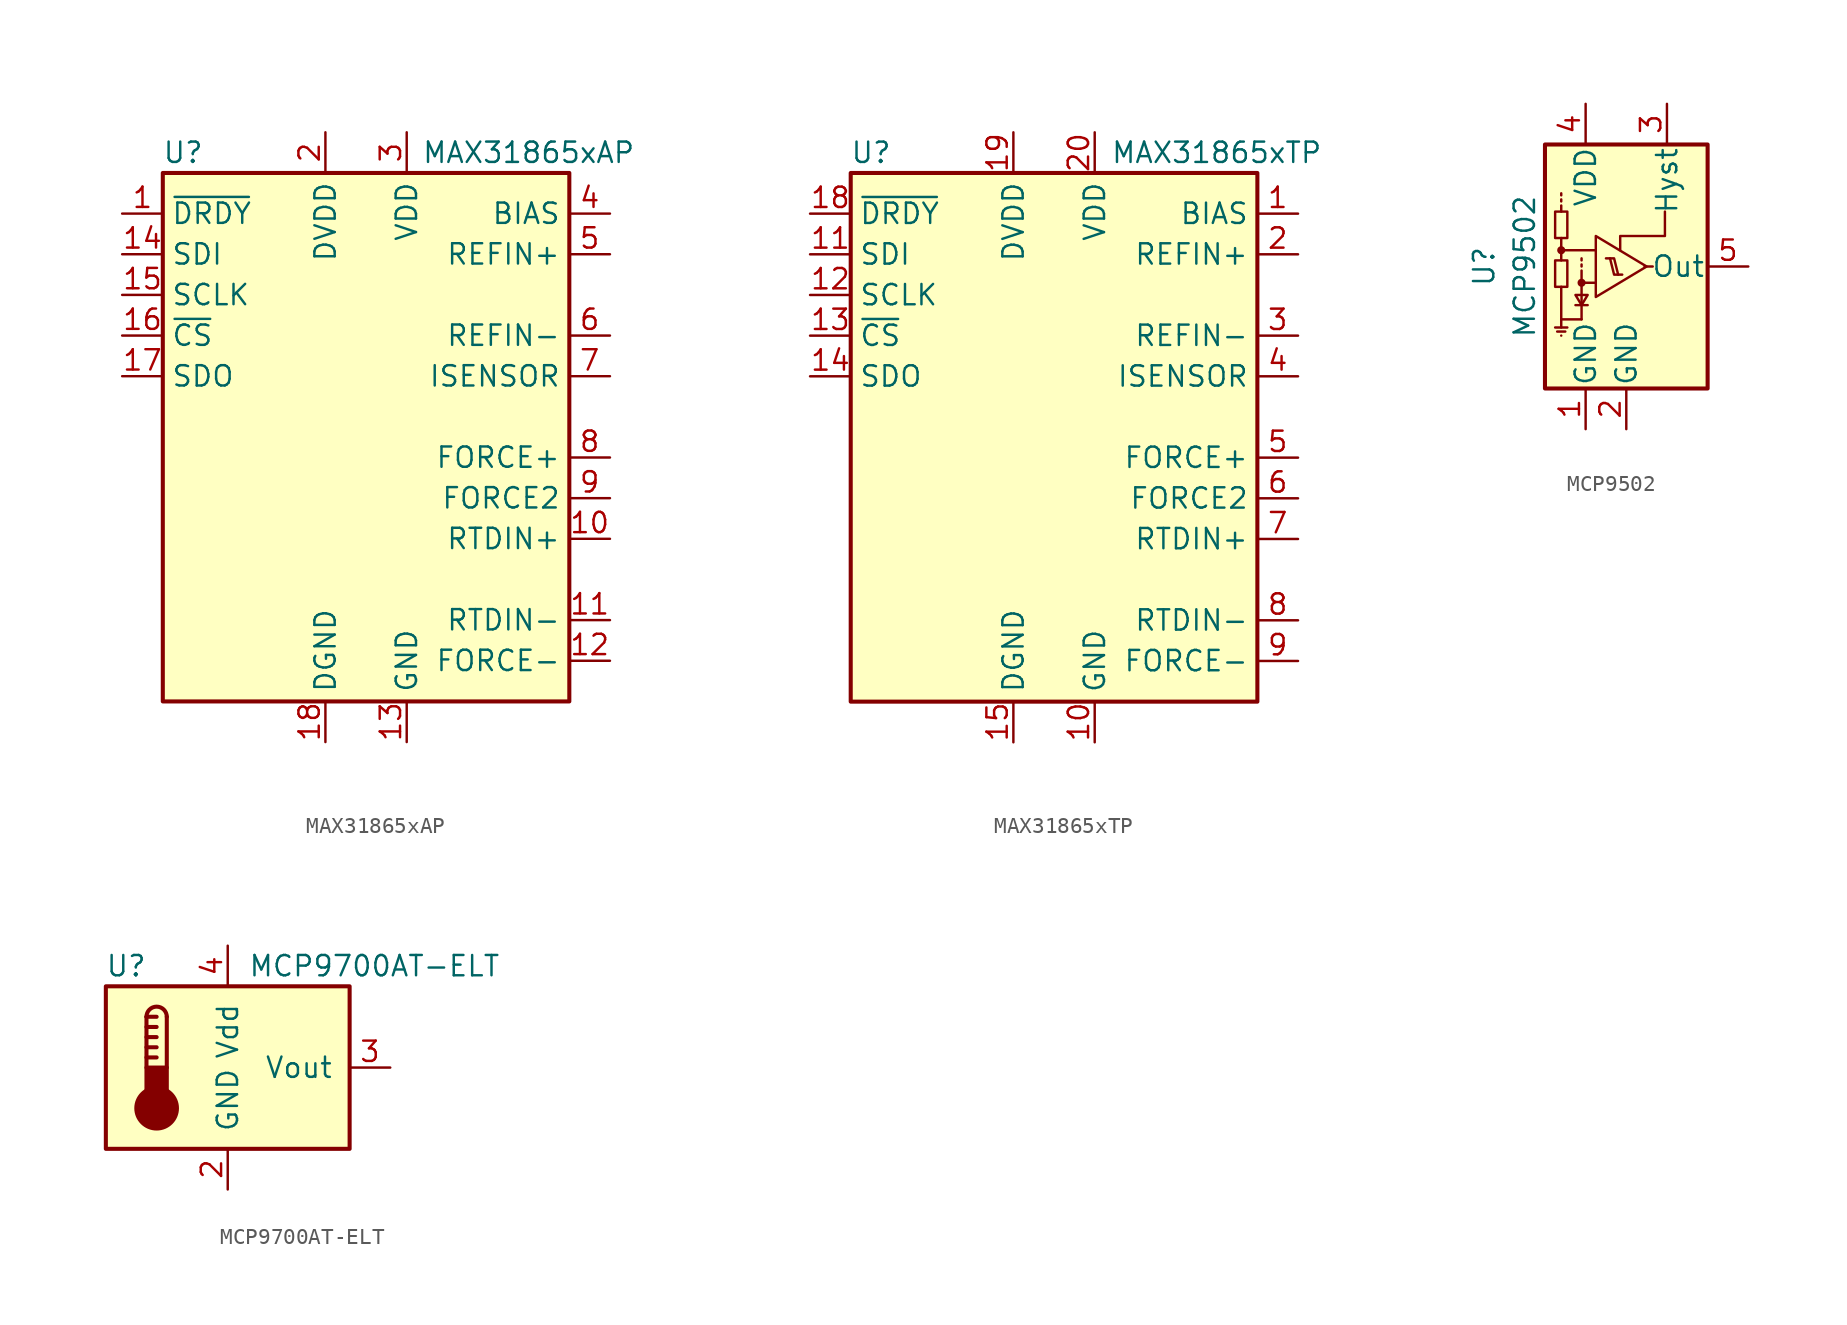
<source format=kicad_sym>
(kicad_symbol_lib
  (version 20201005)
  (generator kicad_symbol_editor)
  (symbol "MAX31865xAP"
    (property "Reference" "U"
      (at -11.43 19.05 0)
      (effects (font (size 1.27 1.27))))
    (property "Value" "MAX31865xAP"
      (at 10.16 19.05 0)
      (effects (font (size 1.27 1.27))))
    (symbol "MAX31865xAP_0_1"
      (rectangle (start -12.7 17.78) (end 12.7 -15.24) (stroke (width 0.254)) (fill (type background))))
    (symbol "MAX31865xAP_1_1"
      (pin output line (at -15.24 15.24 0) (length 2.54) (name "~DRDY" (effects (font (size 1.27 1.27)))) (number "1" (effects (font (size 1.27 1.27)))))
      (pin input line (at 15.24 -5.08 180) (length 2.54) (name "RTDIN+" (effects (font (size 1.27 1.27)))) (number "10" (effects (font (size 1.27 1.27)))))
      (pin input line (at 15.24 -10.16 180) (length 2.54) (name "RTDIN-" (effects (font (size 1.27 1.27)))) (number "11" (effects (font (size 1.27 1.27)))))
      (pin power_out line (at 15.24 -12.7 180) (length 2.54) (name "FORCE-" (effects (font (size 1.27 1.27)))) (number "12" (effects (font (size 1.27 1.27)))))
      (pin power_in line (at 2.54 -17.78 90) (length 2.54) (name "GND" (effects (font (size 1.27 1.27)))) (number "13" (effects (font (size 1.27 1.27)))))
      (pin input line (at -15.24 12.7 0) (length 2.54) (name "SDI" (effects (font (size 1.27 1.27)))) (number "14" (effects (font (size 1.27 1.27)))))
      (pin input line (at -15.24 10.16 0) (length 2.54) (name "SCLK" (effects (font (size 1.27 1.27)))) (number "15" (effects (font (size 1.27 1.27)))))
      (pin input line (at -15.24 7.62 0) (length 2.54) (name "~CS" (effects (font (size 1.27 1.27)))) (number "16" (effects (font (size 1.27 1.27)))))
      (pin tri_state line (at -15.24 5.08 0) (length 2.54) (name "SDO" (effects (font (size 1.27 1.27)))) (number "17" (effects (font (size 1.27 1.27)))))
      (pin power_in line (at -2.54 -17.78 90) (length 2.54) (name "DGND" (effects (font (size 1.27 1.27)))) (number "18" (effects (font (size 1.27 1.27)))))
      (pin passive line (at 2.54 -17.78 90) (length 2.54) hide (name "GND" (effects (font (size 1.27 1.27)))) (number "19" (effects (font (size 1.27 1.27)))))
      (pin power_in line (at -2.54 20.32 270) (length 2.54) (name "DVDD" (effects (font (size 1.27 1.27)))) (number "2" (effects (font (size 1.27 1.27)))))
      (pin no_connect line (at -12.7 -2.54 0) (length 2.54) hide (name "NC" (effects (font (size 1.27 1.27)))) (number "20" (effects (font (size 1.27 1.27)))))
      (pin power_in line (at 2.54 20.32 270) (length 2.54) (name "VDD" (effects (font (size 1.27 1.27)))) (number "3" (effects (font (size 1.27 1.27)))))
      (pin power_out line (at 15.24 15.24 180) (length 2.54) (name "BIAS" (effects (font (size 1.27 1.27)))) (number "4" (effects (font (size 1.27 1.27)))))
      (pin input line (at 15.24 12.7 180) (length 2.54) (name "REFIN+" (effects (font (size 1.27 1.27)))) (number "5" (effects (font (size 1.27 1.27)))))
      (pin input line (at 15.24 7.62 180) (length 2.54) (name "REFIN-" (effects (font (size 1.27 1.27)))) (number "6" (effects (font (size 1.27 1.27)))))
      (pin passive line (at 15.24 5.08 180) (length 2.54) (name "ISENSOR" (effects (font (size 1.27 1.27)))) (number "7" (effects (font (size 1.27 1.27)))))
      (pin passive line (at 15.24 0 180) (length 2.54) (name "FORCE+" (effects (font (size 1.27 1.27)))) (number "8" (effects (font (size 1.27 1.27)))))
      (pin input line (at 15.24 -2.54 180) (length 2.54) (name "FORCE2" (effects (font (size 1.27 1.27)))) (number "9" (effects (font (size 1.27 1.27)))))))
  (symbol "MAX31865xTP"
    (property "Reference" "U"
      (at -11.43 19.05 0)
      (effects (font (size 1.27 1.27))))
    (property "Value" "MAX31865xTP"
      (at 10.16 19.05 0)
      (effects (font (size 1.27 1.27))))
    (symbol "MAX31865xTP_0_1"
      (rectangle (start -12.7 17.78) (end 12.7 -15.24) (stroke (width 0.254)) (fill (type background))))
    (symbol "MAX31865xTP_1_1"
      (pin power_out line (at 15.24 15.24 180) (length 2.54) (name "BIAS" (effects (font (size 1.27 1.27)))) (number "1" (effects (font (size 1.27 1.27)))))
      (pin power_in line (at 2.54 -17.78 90) (length 2.54) (name "GND" (effects (font (size 1.27 1.27)))) (number "10" (effects (font (size 1.27 1.27)))))
      (pin input line (at -15.24 12.7 0) (length 2.54) (name "SDI" (effects (font (size 1.27 1.27)))) (number "11" (effects (font (size 1.27 1.27)))))
      (pin input line (at -15.24 10.16 0) (length 2.54) (name "SCLK" (effects (font (size 1.27 1.27)))) (number "12" (effects (font (size 1.27 1.27)))))
      (pin input line (at -15.24 7.62 0) (length 2.54) (name "~CS" (effects (font (size 1.27 1.27)))) (number "13" (effects (font (size 1.27 1.27)))))
      (pin tri_state line (at -15.24 5.08 0) (length 2.54) (name "SDO" (effects (font (size 1.27 1.27)))) (number "14" (effects (font (size 1.27 1.27)))))
      (pin power_in line (at -2.54 -17.78 90) (length 2.54) (name "DGND" (effects (font (size 1.27 1.27)))) (number "15" (effects (font (size 1.27 1.27)))))
      (pin passive line (at 2.54 -17.78 90) (length 2.54) hide (name "GND" (effects (font (size 1.27 1.27)))) (number "16" (effects (font (size 1.27 1.27)))))
      (pin no_connect line (at -12.7 -2.54 0) (length 2.54) hide (name "NC" (effects (font (size 1.27 1.27)))) (number "17" (effects (font (size 1.27 1.27)))))
      (pin output line (at -15.24 15.24 0) (length 2.54) (name "~DRDY" (effects (font (size 1.27 1.27)))) (number "18" (effects (font (size 1.27 1.27)))))
      (pin power_in line (at -2.54 20.32 270) (length 2.54) (name "DVDD" (effects (font (size 1.27 1.27)))) (number "19" (effects (font (size 1.27 1.27)))))
      (pin input line (at 15.24 12.7 180) (length 2.54) (name "REFIN+" (effects (font (size 1.27 1.27)))) (number "2" (effects (font (size 1.27 1.27)))))
      (pin power_in line (at 2.54 20.32 270) (length 2.54) (name "VDD" (effects (font (size 1.27 1.27)))) (number "20" (effects (font (size 1.27 1.27)))))
      (pin passive line (at 2.54 -17.78 90) (length 2.54) hide (name "GND" (effects (font (size 1.27 1.27)))) (number "21" (effects (font (size 1.27 1.27)))))
      (pin input line (at 15.24 7.62 180) (length 2.54) (name "REFIN-" (effects (font (size 1.27 1.27)))) (number "3" (effects (font (size 1.27 1.27)))))
      (pin passive line (at 15.24 5.08 180) (length 2.54) (name "ISENSOR" (effects (font (size 1.27 1.27)))) (number "4" (effects (font (size 1.27 1.27)))))
      (pin passive line (at 15.24 0 180) (length 2.54) (name "FORCE+" (effects (font (size 1.27 1.27)))) (number "5" (effects (font (size 1.27 1.27)))))
      (pin input line (at 15.24 -2.54 180) (length 2.54) (name "FORCE2" (effects (font (size 1.27 1.27)))) (number "6" (effects (font (size 1.27 1.27)))))
      (pin input line (at 15.24 -5.08 180) (length 2.54) (name "RTDIN+" (effects (font (size 1.27 1.27)))) (number "7" (effects (font (size 1.27 1.27)))))
      (pin input line (at 15.24 -10.16 180) (length 2.54) (name "RTDIN-" (effects (font (size 1.27 1.27)))) (number "8" (effects (font (size 1.27 1.27)))))
      (pin power_out line (at 15.24 -12.7 180) (length 2.54) (name "FORCE-" (effects (font (size 1.27 1.27)))) (number "9" (effects (font (size 1.27 1.27)))))))
  (symbol "MCP9502"
    (pin_names
      (offset 0.127))
    (property "Reference" "U"
      (at -6.35 0 90)
      (effects (font (size 1.27 1.27))))
    (property "Value" "MCP9502"
      (at -3.81 0 90)
      (effects (font (size 1.27 1.27))))
    (symbol "MCP9502_0_1"
      (circle (center -1.524 1.016) (radius 0.178) (stroke (width 0)) (fill (type outline)))
      (circle (center -0.254 -1.016) (radius 0.178) (stroke (width 0)) (fill (type outline)))
      (rectangle (start -1.905 0.381) (end -1.143 -1.27) (stroke (width 0)) (fill (type none)))
      (rectangle (start -1.905 3.429) (end -1.143 1.778) (stroke (width 0)) (fill (type none)))
      (rectangle (start -2.54 7.62) (end 7.62 -7.62) (stroke (width 0.254)) (fill (type background)))
      (polyline (pts (xy -1.905 -3.81) (xy -1.143 -3.81)) (stroke (width 0)) (fill (type none)))
      (polyline (pts (xy -1.778 -4.064) (xy -1.27 -4.064)) (stroke (width 0)) (fill (type none)))
      (polyline (pts (xy -1.524 -4.318) (xy -1.524 -4.318)) (stroke (width 0)) (fill (type none)))
      (polyline (pts (xy -1.524 -3.302) (xy -1.524 -3.81)) (stroke (width 0)) (fill (type none)))
      (polyline (pts (xy -1.524 1.016) (xy -1.524 0.381)) (stroke (width 0)) (fill (type none)))
      (polyline (pts (xy -1.524 3.429) (xy -1.524 3.81)) (stroke (width 0)) (fill (type none)))
      (polyline (pts (xy -1.524 4.064) (xy -1.524 4.191)) (stroke (width 0)) (fill (type none)))
      (polyline (pts (xy -1.524 4.445) (xy -1.524 4.572)) (stroke (width 0)) (fill (type none)))
      (polyline (pts (xy -0.635 -2.413) (xy 0.127 -2.413)) (stroke (width 0)) (fill (type none)))
      (polyline (pts (xy -0.254 0) (xy -0.254 0.127)) (stroke (width 0)) (fill (type none)))
      (polyline (pts (xy -0.254 0.381) (xy -0.254 0.508)) (stroke (width 0)) (fill (type none)))
      (polyline (pts (xy 3.683 0) (xy 4.191 0)) (stroke (width 0)) (fill (type none)))
      (polyline (pts (xy -1.524 -1.27) (xy -1.524 -3.302) (xy -0.254 -3.302)) (stroke (width 0)) (fill (type none)))
      (polyline (pts (xy -0.254 -1.016) (xy -0.254 -0.381) (xy -0.254 -0.254)) (stroke (width 0)) (fill (type none)))
      (polyline (pts (xy 0.635 -1.016) (xy -0.254 -1.016) (xy -0.254 -3.302)) (stroke (width 0)) (fill (type none)))
      (polyline (pts (xy 0.635 1.016) (xy -1.524 1.016) (xy -1.524 1.778)) (stroke (width 0)) (fill (type none)))
      (polyline (pts (xy 1.524 0.508) (xy 1.778 -0.508) (xy 2.032 -0.508)) (stroke (width 0)) (fill (type none)))
      (polyline (pts (xy 0.127 -1.778) (xy -0.635 -1.778) (xy -0.254 -2.413) (xy 0.127 -1.778)) (stroke (width 0)) (fill (type none)))
      (polyline (pts (xy 1.27 0.508) (xy 1.778 0.508) (xy 2.032 -0.508) (xy 2.286 -0.508)) (stroke (width 0)) (fill (type none)))
      (polyline (pts (xy 3.81 0) (xy 0.635 1.905) (xy 0.635 -1.905) (xy 3.81 0)) (stroke (width 0)) (fill (type none)))
      (polyline (pts (xy 4.953 3.429) (xy 4.953 1.905) (xy 2.159 1.905) (xy 2.159 1.016)) (stroke (width 0)) (fill (type none))))
    (symbol "MCP9502_1_1"
      (pin power_in line (at 0 -10.16 90) (length 2.54) (name "GND" (effects (font (size 1.27 1.27)))) (number "1" (effects (font (size 1.27 1.27)))))
      (pin power_in line (at 2.54 -10.16 90) (length 2.54) (name "GND" (effects (font (size 1.27 1.27)))) (number "2" (effects (font (size 1.27 1.27)))))
      (pin input line (at 5.08 10.16 270) (length 2.54) (name "Hyst" (effects (font (size 1.27 1.27)))) (number "3" (effects (font (size 1.27 1.27)))))
      (pin power_in line (at 0 10.16 270) (length 2.54) (name "VDD" (effects (font (size 1.27 1.27)))) (number "4" (effects (font (size 1.27 1.27)))))
      (pin output line (at 10.16 0 180) (length 2.54) (name "Out" (effects (font (size 1.27 1.27)))) (number "5" (effects (font (size 1.27 1.27)))))))
  (symbol "MCP9700AT-ELT"
    (pin_names
      (offset 1.016))
    (property "Reference" "U"
      (at -6.35 6.35 0)
      (effects (font (size 1.27 1.27))))
    (property "Value" "MCP9700AT-ELT"
      (at 1.27 6.35 0)
      (effects (font (size 1.27 1.27)) (justify left)))
    (symbol "MCP9700AT-ELT_0_1"
      (arc (start -3.81 3.175) (end -5.08 3.175) (radius (at -4.445 3.175) (length 0.635) (angles 0.1 179.9)) (stroke (width 0.254)) (fill (type none)))
      (circle (center -4.445 -2.54) (radius 1.27) (stroke (width 0.254)) (fill (type outline)))
      (rectangle (start -3.81 -1.905) (end -5.08 0) (stroke (width 0.254)) (fill (type outline)))
      (rectangle (start -7.62 5.08) (end 7.62 -5.08) (stroke (width 0.254)) (fill (type background)))
      (polyline (pts (xy -5.08 0.635) (xy -4.445 0.635)) (stroke (width 0.254)) (fill (type none)))
      (polyline (pts (xy -5.08 1.27) (xy -4.445 1.27)) (stroke (width 0.254)) (fill (type none)))
      (polyline (pts (xy -5.08 1.905) (xy -4.445 1.905)) (stroke (width 0.254)) (fill (type none)))
      (polyline (pts (xy -5.08 2.54) (xy -4.445 2.54)) (stroke (width 0.254)) (fill (type none)))
      (polyline (pts (xy -5.08 3.175) (xy -5.08 0)) (stroke (width 0.254)) (fill (type none)))
      (polyline (pts (xy -5.08 3.175) (xy -4.445 3.175)) (stroke (width 0.254)) (fill (type none)))
      (polyline (pts (xy -3.81 3.175) (xy -3.81 0)) (stroke (width 0.254)) (fill (type none))))
    (symbol "MCP9700AT-ELT_1_1"
      (pin no_connect line (at 10.16 -2.54 180) (length 2.54) hide (name "NC" (effects (font (size 1.27 1.27)))) (number "1" (effects (font (size 1.27 1.27)))))
      (pin power_in line (at 0 -7.62 90) (length 2.54) (name "GND" (effects (font (size 1.27 1.27)))) (number "2" (effects (font (size 1.27 1.27)))))
      (pin output line (at 10.16 0 180) (length 2.54) (name "Vout" (effects (font (size 1.27 1.27)))) (number "3" (effects (font (size 1.27 1.27)))))
      (pin power_in line (at 0 7.62 270) (length 2.54) (name "Vdd" (effects (font (size 1.27 1.27)))) (number "4" (effects (font (size 1.27 1.27)))))
      (pin no_connect line (at 10.16 2.54 180) (length 2.54) hide (name "NC" (effects (font (size 1.27 1.27)))) (number "5" (effects (font (size 1.27 1.27))))))))
</source>
